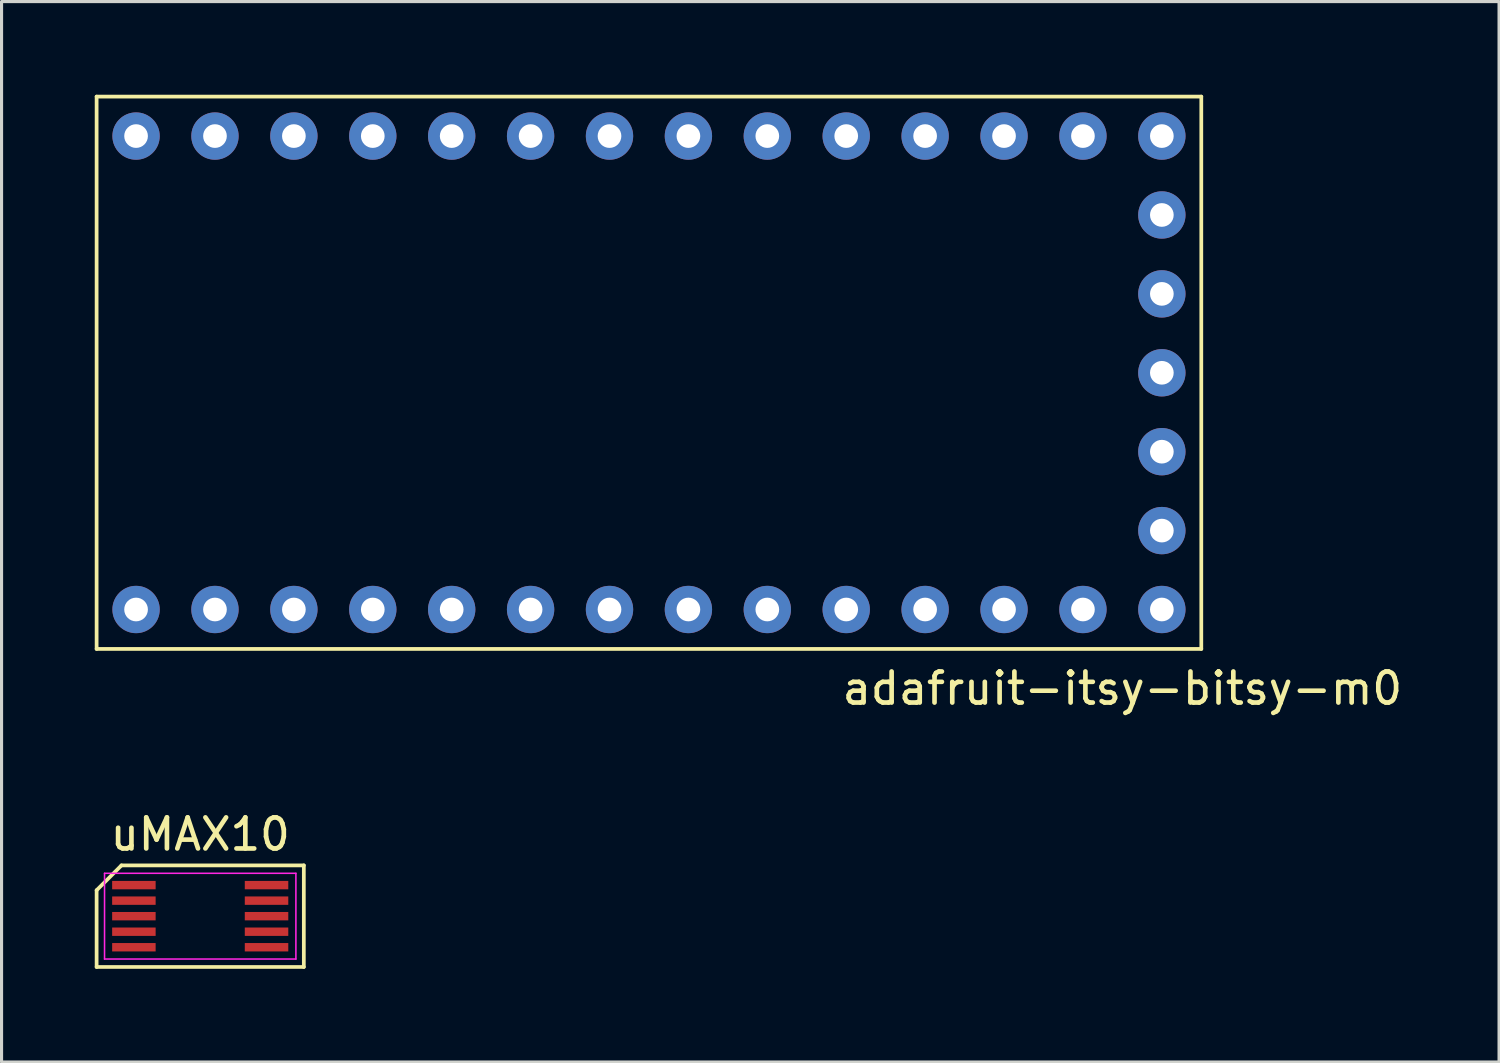
<source format=kicad_pcb>
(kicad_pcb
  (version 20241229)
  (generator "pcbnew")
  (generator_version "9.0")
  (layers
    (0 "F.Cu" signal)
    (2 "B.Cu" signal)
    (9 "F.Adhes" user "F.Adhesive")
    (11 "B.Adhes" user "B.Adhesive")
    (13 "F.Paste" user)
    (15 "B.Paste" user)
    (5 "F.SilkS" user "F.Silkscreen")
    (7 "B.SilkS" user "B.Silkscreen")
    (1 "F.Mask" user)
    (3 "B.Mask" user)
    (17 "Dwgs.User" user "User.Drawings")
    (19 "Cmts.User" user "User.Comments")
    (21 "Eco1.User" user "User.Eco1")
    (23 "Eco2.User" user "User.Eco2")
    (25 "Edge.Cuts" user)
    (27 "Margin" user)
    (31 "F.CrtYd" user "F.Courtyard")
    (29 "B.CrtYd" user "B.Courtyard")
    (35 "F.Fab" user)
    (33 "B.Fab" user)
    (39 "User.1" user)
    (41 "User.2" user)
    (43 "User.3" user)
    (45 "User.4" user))
  (footprint "adafruit-itsy-bitsy-m0"
    (layer "F.Cu")
    (at 17.84 8.95)
    (property "Reference" "adafruit-itsy-bitsy-m0" (at 15.24 10.16 0) (layer "F.SilkS") (effects (font (size 1 1) (thickness 0.15))))
    (attr through_hole)
    (fp_line (start -17.78 -8.89) (end 17.78 -8.89) (stroke (width 0.12) (type solid)) (layer "F.SilkS"))
    (fp_line (start -17.78 8.89) (end -17.78 -8.89) (stroke (width 0.12) (type solid)) (layer "F.SilkS"))
    (fp_line (start 17.78 -8.89) (end 17.78 8.89) (stroke (width 0.12) (type solid)) (layer "F.SilkS"))
    (fp_line (start 17.78 8.89) (end -17.78 8.89) (stroke (width 0.12) (type solid)) (layer "F.SilkS"))
    (pad "1" thru_hole circle (at -16.51 7.62) (size 1.524 1.524) (drill 0.762) (layers "*.Cu" "*.Mask"))
    (pad "2" thru_hole circle (at -13.97 7.62) (size 1.524 1.524) (drill 0.762) (layers "*.Cu" "*.Mask"))
    (pad "3" thru_hole circle (at -11.43 7.62) (size 1.524 1.524) (drill 0.762) (layers "*.Cu" "*.Mask"))
    (pad "4" thru_hole circle (at -8.89 7.62) (size 1.524 1.524) (drill 0.762) (layers "*.Cu" "*.Mask"))
    (pad "5" thru_hole circle (at -6.35 7.62) (size 1.524 1.524) (drill 0.762) (layers "*.Cu" "*.Mask"))
    (pad "6" thru_hole circle (at -3.81 7.62) (size 1.524 1.524) (drill 0.762) (layers "*.Cu" "*.Mask"))
    (pad "7" thru_hole circle (at -1.27 7.62) (size 1.524 1.524) (drill 0.762) (layers "*.Cu" "*.Mask"))
    (pad "8" thru_hole circle (at 1.27 7.62) (size 1.524 1.524) (drill 0.762) (layers "*.Cu" "*.Mask"))
    (pad "9" thru_hole circle (at 3.81 7.62) (size 1.524 1.524) (drill 0.762) (layers "*.Cu" "*.Mask"))
    (pad "10" thru_hole circle (at 6.35 7.62) (size 1.524 1.524) (drill 0.762) (layers "*.Cu" "*.Mask"))
    (pad "11" thru_hole circle (at 8.89 7.62) (size 1.524 1.524) (drill 0.762) (layers "*.Cu" "*.Mask"))
    (pad "12" thru_hole circle (at 11.43 7.62) (size 1.524 1.524) (drill 0.762) (layers "*.Cu" "*.Mask"))
    (pad "13" thru_hole circle (at 13.97 7.62) (size 1.524 1.524) (drill 0.762) (layers "*.Cu" "*.Mask"))
    (pad "14" thru_hole circle (at 16.51 7.62) (size 1.524 1.524) (drill 0.762) (layers "*.Cu" "*.Mask"))
    (pad "15" thru_hole circle (at 16.51 5.08) (size 1.524 1.524) (drill 0.762) (layers "*.Cu" "*.Mask"))
    (pad "16" thru_hole circle (at 16.51 2.54) (size 1.524 1.524) (drill 0.762) (layers "*.Cu" "*.Mask"))
    (pad "17" thru_hole circle (at 16.51 0) (size 1.524 1.524) (drill 0.762) (layers "*.Cu" "*.Mask"))
    (pad "18" thru_hole circle (at 16.51 -2.54) (size 1.524 1.524) (drill 0.762) (layers "*.Cu" "*.Mask"))
    (pad "19" thru_hole circle (at 16.51 -5.08) (size 1.524 1.524) (drill 0.762) (layers "*.Cu" "*.Mask"))
    (pad "20" thru_hole circle (at 16.51 -7.62) (size 1.524 1.524) (drill 0.762) (layers "*.Cu" "*.Mask"))
    (pad "21" thru_hole circle (at 13.97 -7.62) (size 1.524 1.524) (drill 0.762) (layers "*.Cu" "*.Mask"))
    (pad "22" thru_hole circle (at 11.43 -7.62) (size 1.524 1.524) (drill 0.762) (layers "*.Cu" "*.Mask"))
    (pad "23" thru_hole circle (at 8.89 -7.62) (size 1.524 1.524) (drill 0.762) (layers "*.Cu" "*.Mask"))
    (pad "24" thru_hole circle (at 6.35 -7.62) (size 1.524 1.524) (drill 0.762) (layers "*.Cu" "*.Mask"))
    (pad "25" thru_hole circle (at 3.81 -7.62) (size 1.524 1.524) (drill 0.762) (layers "*.Cu" "*.Mask"))
    (pad "26" thru_hole circle (at 1.27 -7.62) (size 1.524 1.524) (drill 0.762) (layers "*.Cu" "*.Mask"))
    (pad "27" thru_hole circle (at -1.27 -7.62) (size 1.524 1.524) (drill 0.762) (layers "*.Cu" "*.Mask"))
    (pad "28" thru_hole circle (at -3.81 -7.62) (size 1.524 1.524) (drill 0.762) (layers "*.Cu" "*.Mask"))
    (pad "29" thru_hole circle (at -6.35 -7.62) (size 1.524 1.524) (drill 0.762) (layers "*.Cu" "*.Mask"))
    (pad "30" thru_hole circle (at -8.89 -7.62) (size 1.524 1.524) (drill 0.762) (layers "*.Cu" "*.Mask"))
    (pad "31" thru_hole circle (at -11.43 -7.62) (size 1.524 1.524) (drill 0.762) (layers "*.Cu" "*.Mask"))
    (pad "32" thru_hole circle (at -13.97 -7.62) (size 1.524 1.524) (drill 0.762) (layers "*.Cu" "*.Mask"))
    (pad "33" thru_hole circle (at -16.51 -7.62) (size 1.524 1.524) (drill 0.762) (layers "*.Cu" "*.Mask")))
  (footprint "uMAX10"
    (layer "F.Cu")
    (at 3.395 26.442)
    (property "Reference" "uMAX10" (at 0 -2.635 0) (layer "F.SilkS") (effects (font (size 1 1) (thickness 0.15))))
    (attr smd)
    (fp_line (start -3.335 -0.835) (end -2.535 -1.635) (stroke (width 0.12) (type solid)) (layer "F.SilkS"))
    (fp_line (start -3.335 1.635) (end -3.335 -0.835) (stroke (width 0.12) (type solid)) (layer "F.SilkS"))
    (fp_line (start -2.535 -1.635) (end 3.335 -1.635) (stroke (width 0.12) (type solid)) (layer "F.SilkS"))
    (fp_line (start 3.335 -1.635) (end 3.335 1.635) (stroke (width 0.12) (type solid)) (layer "F.SilkS"))
    (fp_line (start 3.335 1.635) (end -3.335 1.635) (stroke (width 0.12) (type solid)) (layer "F.SilkS"))
    (fp_line (start -3.08 -1.38) (end 3.08 -1.38) (stroke (width 0.05) (type solid)) (layer "F.CrtYd"))
    (fp_line (start -3.08 1.38) (end -3.08 -1.38) (stroke (width 0.05) (type solid)) (layer "F.CrtYd"))
    (fp_line (start 3.08 -1.38) (end 3.08 1.38) (stroke (width 0.05) (type solid)) (layer "F.CrtYd"))
    (fp_line (start 3.08 1.38) (end -3.08 1.38) (stroke (width 0.05) (type solid)) (layer "F.CrtYd"))
    (pad "1" smd rect (at -2.135 -1 270) (size 0.27 1.4) (layers "F.Cu" "F.Mask" "F.Paste"))
    (pad "2" smd rect (at -2.135 -0.5 270) (size 0.27 1.4) (layers "F.Cu" "F.Mask" "F.Paste"))
    (pad "3" smd rect (at -2.135 0 270) (size 0.27 1.4) (layers "F.Cu" "F.Mask" "F.Paste"))
    (pad "4" smd rect (at -2.135 0.5 270) (size 0.27 1.4) (layers "F.Cu" "F.Mask" "F.Paste"))
    (pad "5" smd rect (at -2.135 1 270) (size 0.27 1.4) (layers "F.Cu" "F.Mask" "F.Paste"))
    (pad "6" smd rect (at 2.135 1 270) (size 0.27 1.4) (layers "F.Cu" "F.Mask" "F.Paste"))
    (pad "7" smd rect (at 2.135 0.5 270) (size 0.27 1.4) (layers "F.Cu" "F.Mask" "F.Paste"))
    (pad "8" smd rect (at 2.135 0 270) (size 0.27 1.4) (layers "F.Cu" "F.Mask" "F.Paste"))
    (pad "9" smd rect (at 2.135 -0.5 270) (size 0.27 1.4) (layers "F.Cu" "F.Mask" "F.Paste"))
    (pad "10" smd rect (at 2.135 -1 270) (size 0.27 1.4) (layers "F.Cu" "F.Mask" "F.Paste")))
  (gr_rect
    (start -3 -3)
    (end 45.205 31.137)
    (stroke (width 0.1) (type default))
    (fill no)
    (layer "Edge.Cuts")))
</source>
